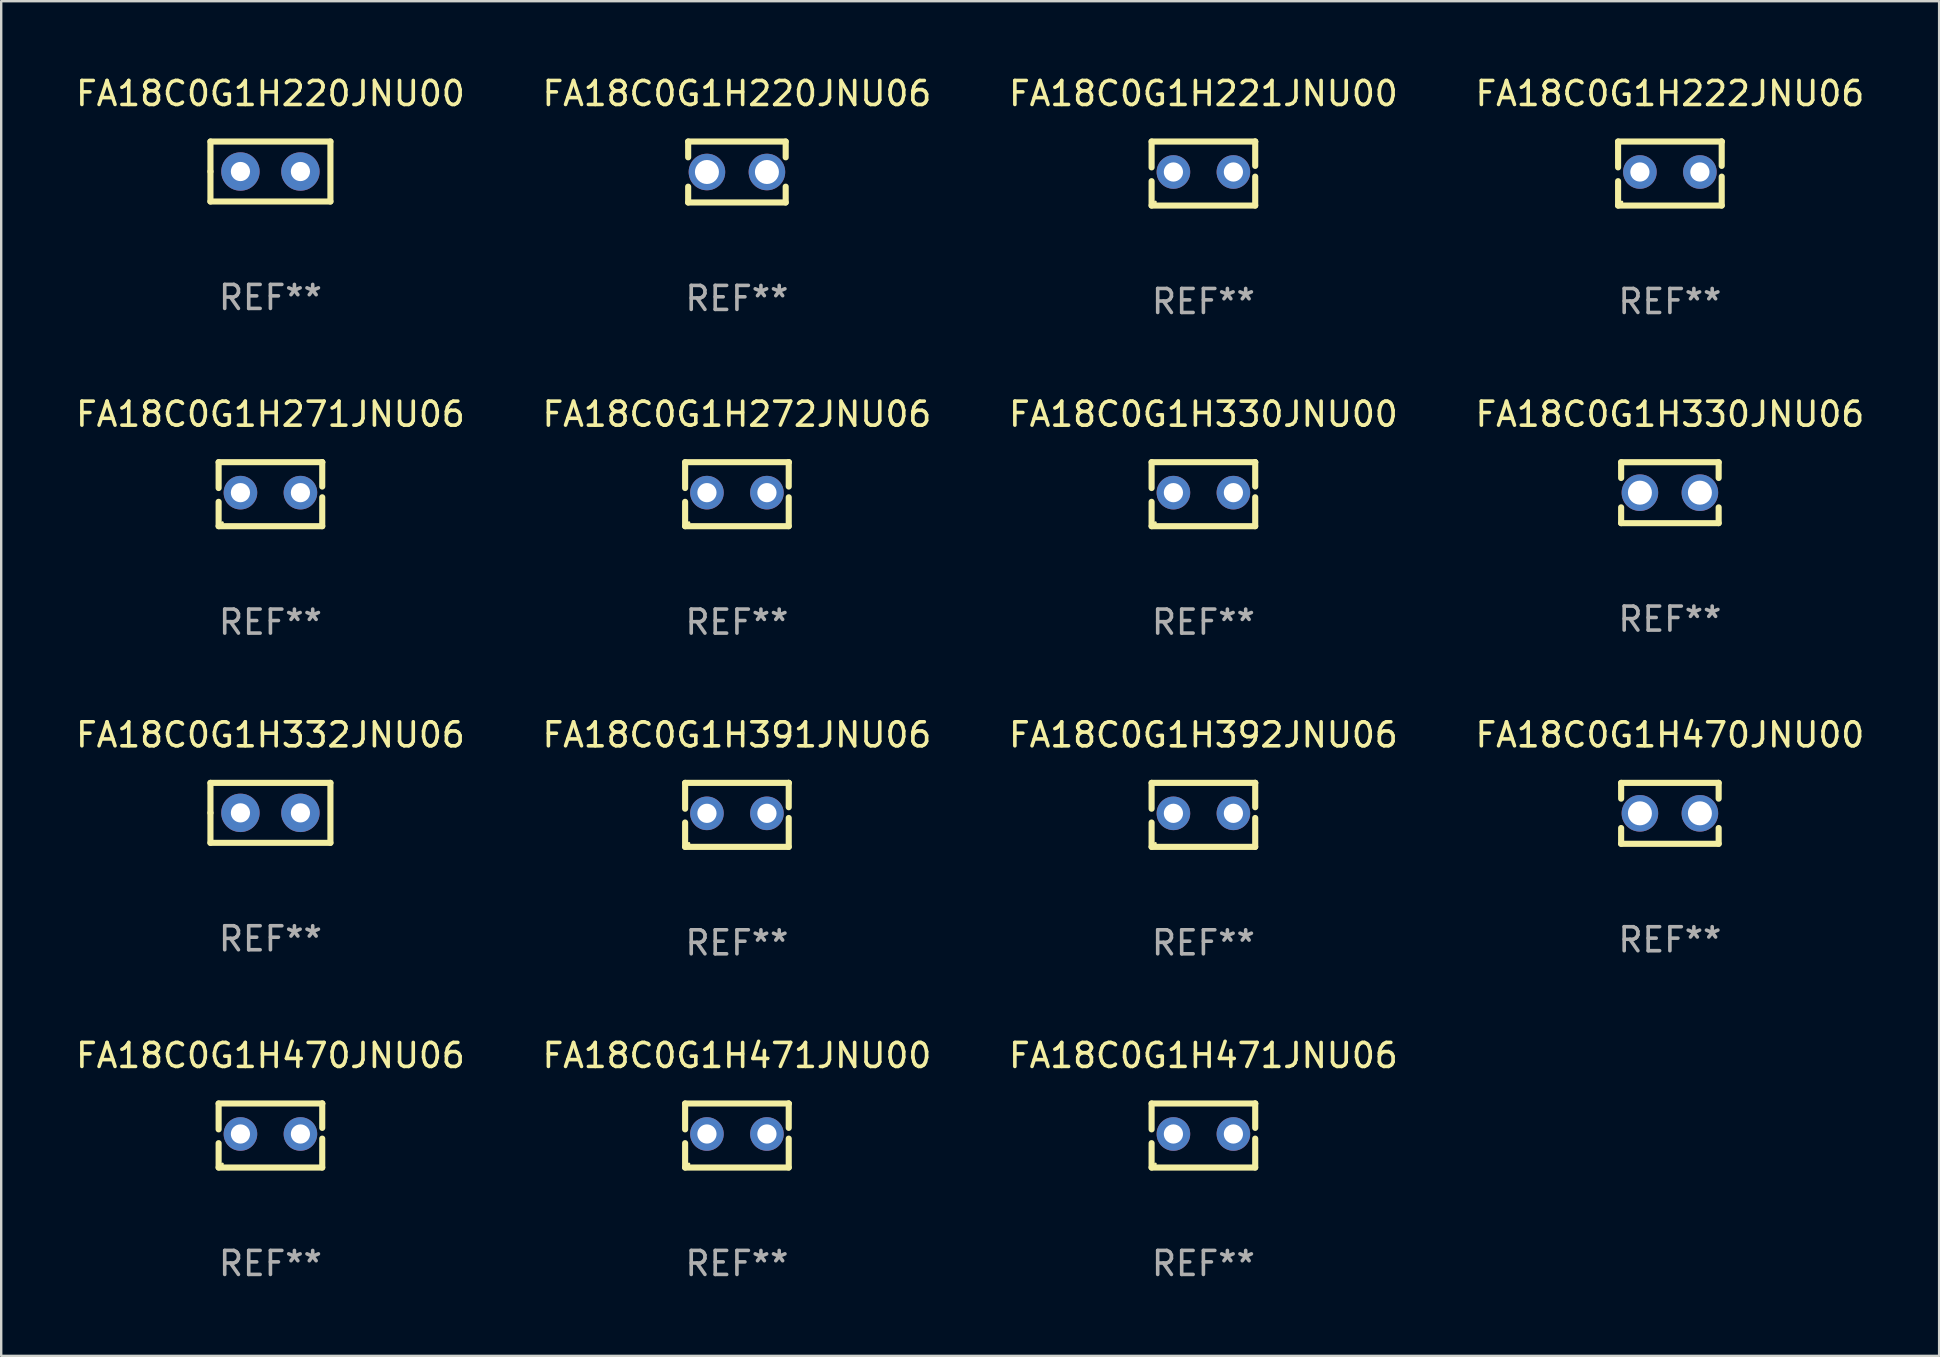
<source format=kicad_pcb>
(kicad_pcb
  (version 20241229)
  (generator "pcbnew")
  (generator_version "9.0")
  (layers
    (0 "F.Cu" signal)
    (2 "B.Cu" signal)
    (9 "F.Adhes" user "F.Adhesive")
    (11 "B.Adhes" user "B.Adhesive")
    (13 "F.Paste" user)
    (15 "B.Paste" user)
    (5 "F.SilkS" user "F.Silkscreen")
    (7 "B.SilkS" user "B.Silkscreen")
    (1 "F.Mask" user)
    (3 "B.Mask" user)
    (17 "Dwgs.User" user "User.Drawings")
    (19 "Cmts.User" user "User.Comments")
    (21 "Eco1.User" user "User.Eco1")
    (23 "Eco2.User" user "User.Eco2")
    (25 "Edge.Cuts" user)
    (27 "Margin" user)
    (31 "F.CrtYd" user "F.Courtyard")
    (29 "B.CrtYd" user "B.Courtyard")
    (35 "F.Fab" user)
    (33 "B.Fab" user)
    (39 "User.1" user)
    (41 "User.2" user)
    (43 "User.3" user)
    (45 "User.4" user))
  (footprint "FA18C0G1H471JNU00"
    (layer "F.Cu")
    (at 27.661 44.272)
    (property "Reference" "FA18C0G1H471JNU00" (at 0 -3.334 0) (layer "F.SilkS") (effects (font (size 1 1) (thickness 0.15))))
    (attr through_hole)
    (fp_line (start -2.159 -1.334) (end 2.159 -1.334) (stroke (width 0.254) (type solid)) (layer "F.SilkS"))
    (fp_line (start -2.159 -0.256) (end -2.159 -1.334) (stroke (width 0.254) (type solid)) (layer "F.SilkS"))
    (fp_line (start -2.159 1.334) (end -2.159 0.318) (stroke (width 0.254) (type solid)) (layer "F.SilkS"))
    (fp_line (start 2.159 -1.334) (end 2.159 -1.334) (stroke (width 0.254) (type solid)) (layer "F.SilkS"))
    (fp_line (start 2.159 -1.334) (end 2.159 -0.318) (stroke (width 0.254) (type solid)) (layer "F.SilkS"))
    (fp_line (start 2.159 0.129) (end 2.159 1.334) (stroke (width 0.254) (type solid)) (layer "F.SilkS"))
    (fp_line (start 2.159 1.334) (end -2.159 1.334) (stroke (width 0.254) (type solid)) (layer "F.SilkS"))
    (fp_circle (center -2 1.186) (end -1.97 1.186) (stroke (width 0.06) (type solid)) (fill no) (layer "F.SilkS"))
    (fp_text user "REF**" (at 0 5.334 0) (layer "F.Fab") (effects (font (size 1 1) (thickness 0.15))))
    (pad "1" thru_hole circle (at -1.25 -0.064) (size 1.4 1.4) (drill 0.8) (layers "*.Cu" "*.Mask"))
    (pad "2" thru_hole circle (at 1.25 -0.064) (size 1.4 1.4) (drill 0.8) (layers "*.Cu" "*.Mask")))
  (footprint "FA18C0G1H271JNU06"
    (layer "F.Cu")
    (at 8.22 17.545)
    (property "Reference" "FA18C0G1H271JNU06" (at 0 -3.334 0) (layer "F.SilkS") (effects (font (size 1 1) (thickness 0.15))))
    (attr through_hole)
    (fp_line (start -2.159 -1.334) (end 2.159 -1.334) (stroke (width 0.254) (type solid)) (layer "F.SilkS"))
    (fp_line (start -2.159 -0.256) (end -2.159 -1.334) (stroke (width 0.254) (type solid)) (layer "F.SilkS"))
    (fp_line (start -2.159 1.334) (end -2.159 0.318) (stroke (width 0.254) (type solid)) (layer "F.SilkS"))
    (fp_line (start 2.159 -1.334) (end 2.159 -1.334) (stroke (width 0.254) (type solid)) (layer "F.SilkS"))
    (fp_line (start 2.159 -1.334) (end 2.159 -0.318) (stroke (width 0.254) (type solid)) (layer "F.SilkS"))
    (fp_line (start 2.159 0.129) (end 2.159 1.334) (stroke (width 0.254) (type solid)) (layer "F.SilkS"))
    (fp_line (start 2.159 1.334) (end -2.159 1.334) (stroke (width 0.254) (type solid)) (layer "F.SilkS"))
    (fp_circle (center -2 1.186) (end -1.97 1.186) (stroke (width 0.06) (type solid)) (fill no) (layer "F.SilkS"))
    (fp_text user "REF**" (at 0 5.334 0) (layer "F.Fab") (effects (font (size 1 1) (thickness 0.15))))
    (pad "1" thru_hole circle (at -1.25 -0.064) (size 1.4 1.4) (drill 0.8) (layers "*.Cu" "*.Mask"))
    (pad "2" thru_hole circle (at 1.25 -0.064) (size 1.4 1.4) (drill 0.8) (layers "*.Cu" "*.Mask")))
  (footprint "FA18C0G1H470JNU00"
    (layer "F.Cu")
    (at 66.542 30.845)
    (property "Reference" "FA18C0G1H470JNU00" (at 0 -3.27 0) (layer "F.SilkS") (effects (font (size 1 1) (thickness 0.15))))
    (attr through_hole)
    (fp_line (start -2.032 -1.27) (end -2.032 -0.611) (stroke (width 0.254) (type solid)) (layer "F.SilkS"))
    (fp_line (start -2.032 0.611) (end -2.032 1.27) (stroke (width 0.254) (type solid)) (layer "F.SilkS"))
    (fp_line (start -2.032 1.27) (end 2.032 1.27) (stroke (width 0.254) (type solid)) (layer "F.SilkS"))
    (fp_line (start 2.032 -1.27) (end -2.032 -1.27) (stroke (width 0.254) (type solid)) (layer "F.SilkS"))
    (fp_line (start 2.032 -0.611) (end 2.032 -1.27) (stroke (width 0.254) (type solid)) (layer "F.SilkS"))
    (fp_line (start 2.032 1.27) (end 2.032 0.611) (stroke (width 0.254) (type solid)) (layer "F.SilkS"))
    (fp_circle (center -2 1.25) (end -1.97 1.25) (stroke (width 0.06) (type solid)) (fill no) (layer "F.SilkS"))
    (fp_text user "REF**" (at 0 5.27 0) (layer "F.Fab") (effects (font (size 1 1) (thickness 0.15))))
    (pad "1" thru_hole circle (at -1.25 0) (size 1.524 1.524) (drill 1) (layers "*.Cu" "*.Mask"))
    (pad "2" thru_hole circle (at 1.25 0) (size 1.524 1.524) (drill 1) (layers "*.Cu" "*.Mask")))
  (footprint "FA18C0G1H220JNU00"
    (layer "F.Cu")
    (at 8.22 4.098)
    (property "Reference" "FA18C0G1H220JNU00" (at 0 -3.25 0) (layer "F.SilkS") (effects (font (size 1 1) (thickness 0.15))))
    (attr through_hole)
    (fp_line (start -2.5 -1.25) (end 2.5 -1.25) (stroke (width 0.254) (type solid)) (layer "F.SilkS"))
    (fp_line (start -2.5 0) (end -2.5 -1.25) (stroke (width 0.254) (type solid)) (layer "F.SilkS"))
    (fp_line (start -2.5 1.25) (end -2.5 0) (stroke (width 0.254) (type solid)) (layer "F.SilkS"))
    (fp_line (start 2.5 -1.25) (end 2.5 1.25) (stroke (width 0.254) (type solid)) (layer "F.SilkS"))
    (fp_line (start 2.5 1.25) (end -2.5 1.25) (stroke (width 0.254) (type solid)) (layer "F.SilkS"))
    (fp_circle (center -2.5 1.25) (end -2.47 1.25) (stroke (width 0.06) (type solid)) (fill no) (layer "F.SilkS"))
    (fp_text user "REF**" (at 0 5.25 0) (layer "F.Fab") (effects (font (size 1 1) (thickness 0.15))))
    (pad "1" thru_hole circle (at -1.25 0) (size 1.6 1.6) (drill 0.8) (layers "*.Cu" "*.Mask"))
    (pad "2" thru_hole circle (at 1.25 0) (size 1.6 1.6) (drill 0.8) (layers "*.Cu" "*.Mask")))
  (footprint "FA18C0G1H221JNU00"
    (layer "F.Cu")
    (at 47.101 4.182)
    (property "Reference" "FA18C0G1H221JNU00" (at 0 -3.334 0) (layer "F.SilkS") (effects (font (size 1 1) (thickness 0.15))))
    (attr through_hole)
    (fp_line (start -2.159 -1.334) (end 2.159 -1.334) (stroke (width 0.254) (type solid)) (layer "F.SilkS"))
    (fp_line (start -2.159 -0.256) (end -2.159 -1.334) (stroke (width 0.254) (type solid)) (layer "F.SilkS"))
    (fp_line (start -2.159 1.334) (end -2.159 0.318) (stroke (width 0.254) (type solid)) (layer "F.SilkS"))
    (fp_line (start 2.159 -1.334) (end 2.159 -1.334) (stroke (width 0.254) (type solid)) (layer "F.SilkS"))
    (fp_line (start 2.159 -1.334) (end 2.159 -0.318) (stroke (width 0.254) (type solid)) (layer "F.SilkS"))
    (fp_line (start 2.159 0.129) (end 2.159 1.334) (stroke (width 0.254) (type solid)) (layer "F.SilkS"))
    (fp_line (start 2.159 1.334) (end -2.159 1.334) (stroke (width 0.254) (type solid)) (layer "F.SilkS"))
    (fp_circle (center -2 1.186) (end -1.97 1.186) (stroke (width 0.06) (type solid)) (fill no) (layer "F.SilkS"))
    (fp_text user "REF**" (at 0 5.334 0) (layer "F.Fab") (effects (font (size 1 1) (thickness 0.15))))
    (pad "1" thru_hole circle (at -1.25 -0.064) (size 1.4 1.4) (drill 0.8) (layers "*.Cu" "*.Mask"))
    (pad "2" thru_hole circle (at 1.25 -0.064) (size 1.4 1.4) (drill 0.8) (layers "*.Cu" "*.Mask")))
  (footprint "FA18C0G1H392JNU06"
    (layer "F.Cu")
    (at 47.101 30.909)
    (property "Reference" "FA18C0G1H392JNU06" (at 0 -3.334 0) (layer "F.SilkS") (effects (font (size 1 1) (thickness 0.15))))
    (attr through_hole)
    (fp_line (start -2.159 -1.334) (end 2.159 -1.334) (stroke (width 0.254) (type solid)) (layer "F.SilkS"))
    (fp_line (start -2.159 -0.256) (end -2.159 -1.334) (stroke (width 0.254) (type solid)) (layer "F.SilkS"))
    (fp_line (start -2.159 1.334) (end -2.159 0.318) (stroke (width 0.254) (type solid)) (layer "F.SilkS"))
    (fp_line (start 2.159 -1.334) (end 2.159 -1.334) (stroke (width 0.254) (type solid)) (layer "F.SilkS"))
    (fp_line (start 2.159 -1.334) (end 2.159 -0.318) (stroke (width 0.254) (type solid)) (layer "F.SilkS"))
    (fp_line (start 2.159 0.129) (end 2.159 1.334) (stroke (width 0.254) (type solid)) (layer "F.SilkS"))
    (fp_line (start 2.159 1.334) (end -2.159 1.334) (stroke (width 0.254) (type solid)) (layer "F.SilkS"))
    (fp_circle (center -2 1.186) (end -1.97 1.186) (stroke (width 0.06) (type solid)) (fill no) (layer "F.SilkS"))
    (fp_text user "REF**" (at 0 5.334 0) (layer "F.Fab") (effects (font (size 1 1) (thickness 0.15))))
    (pad "1" thru_hole circle (at -1.25 -0.064) (size 1.4 1.4) (drill 0.8) (layers "*.Cu" "*.Mask"))
    (pad "2" thru_hole circle (at 1.25 -0.064) (size 1.4 1.4) (drill 0.8) (layers "*.Cu" "*.Mask")))
  (footprint "FA18C0G1H391JNU06"
    (layer "F.Cu")
    (at 27.661 30.909)
    (property "Reference" "FA18C0G1H391JNU06" (at 0 -3.334 0) (layer "F.SilkS") (effects (font (size 1 1) (thickness 0.15))))
    (attr through_hole)
    (fp_line (start -2.159 -1.334) (end 2.159 -1.334) (stroke (width 0.254) (type solid)) (layer "F.SilkS"))
    (fp_line (start -2.159 -0.256) (end -2.159 -1.334) (stroke (width 0.254) (type solid)) (layer "F.SilkS"))
    (fp_line (start -2.159 1.334) (end -2.159 0.318) (stroke (width 0.254) (type solid)) (layer "F.SilkS"))
    (fp_line (start 2.159 -1.334) (end 2.159 -1.334) (stroke (width 0.254) (type solid)) (layer "F.SilkS"))
    (fp_line (start 2.159 -1.334) (end 2.159 -0.318) (stroke (width 0.254) (type solid)) (layer "F.SilkS"))
    (fp_line (start 2.159 0.129) (end 2.159 1.334) (stroke (width 0.254) (type solid)) (layer "F.SilkS"))
    (fp_line (start 2.159 1.334) (end -2.159 1.334) (stroke (width 0.254) (type solid)) (layer "F.SilkS"))
    (fp_circle (center -2 1.186) (end -1.97 1.186) (stroke (width 0.06) (type solid)) (fill no) (layer "F.SilkS"))
    (fp_text user "REF**" (at 0 5.334 0) (layer "F.Fab") (effects (font (size 1 1) (thickness 0.15))))
    (pad "1" thru_hole circle (at -1.25 -0.064) (size 1.4 1.4) (drill 0.8) (layers "*.Cu" "*.Mask"))
    (pad "2" thru_hole circle (at 1.25 -0.064) (size 1.4 1.4) (drill 0.8) (layers "*.Cu" "*.Mask")))
  (footprint "FA18C0G1H222JNU06"
    (layer "F.Cu")
    (at 66.542 4.182)
    (property "Reference" "FA18C0G1H222JNU06" (at 0 -3.334 0) (layer "F.SilkS") (effects (font (size 1 1) (thickness 0.15))))
    (attr through_hole)
    (fp_line (start -2.159 -1.334) (end 2.159 -1.334) (stroke (width 0.254) (type solid)) (layer "F.SilkS"))
    (fp_line (start -2.159 -0.256) (end -2.159 -1.334) (stroke (width 0.254) (type solid)) (layer "F.SilkS"))
    (fp_line (start -2.159 1.334) (end -2.159 0.318) (stroke (width 0.254) (type solid)) (layer "F.SilkS"))
    (fp_line (start 2.159 -1.334) (end 2.159 -1.334) (stroke (width 0.254) (type solid)) (layer "F.SilkS"))
    (fp_line (start 2.159 -1.334) (end 2.159 -0.318) (stroke (width 0.254) (type solid)) (layer "F.SilkS"))
    (fp_line (start 2.159 0.129) (end 2.159 1.334) (stroke (width 0.254) (type solid)) (layer "F.SilkS"))
    (fp_line (start 2.159 1.334) (end -2.159 1.334) (stroke (width 0.254) (type solid)) (layer "F.SilkS"))
    (fp_circle (center -2 1.186) (end -1.97 1.186) (stroke (width 0.06) (type solid)) (fill no) (layer "F.SilkS"))
    (fp_text user "REF**" (at 0 5.334 0) (layer "F.Fab") (effects (font (size 1 1) (thickness 0.15))))
    (pad "1" thru_hole circle (at -1.25 -0.064) (size 1.4 1.4) (drill 0.8) (layers "*.Cu" "*.Mask"))
    (pad "2" thru_hole circle (at 1.25 -0.064) (size 1.4 1.4) (drill 0.8) (layers "*.Cu" "*.Mask")))
  (footprint "FA18C0G1H470JNU06"
    (layer "F.Cu")
    (at 8.22 44.272)
    (property "Reference" "FA18C0G1H470JNU06" (at 0 -3.334 0) (layer "F.SilkS") (effects (font (size 1 1) (thickness 0.15))))
    (attr through_hole)
    (fp_line (start -2.159 -1.334) (end 2.159 -1.334) (stroke (width 0.254) (type solid)) (layer "F.SilkS"))
    (fp_line (start -2.159 -0.256) (end -2.159 -1.334) (stroke (width 0.254) (type solid)) (layer "F.SilkS"))
    (fp_line (start -2.159 1.334) (end -2.159 0.318) (stroke (width 0.254) (type solid)) (layer "F.SilkS"))
    (fp_line (start 2.159 -1.334) (end 2.159 -1.334) (stroke (width 0.254) (type solid)) (layer "F.SilkS"))
    (fp_line (start 2.159 -1.334) (end 2.159 -0.318) (stroke (width 0.254) (type solid)) (layer "F.SilkS"))
    (fp_line (start 2.159 0.129) (end 2.159 1.334) (stroke (width 0.254) (type solid)) (layer "F.SilkS"))
    (fp_line (start 2.159 1.334) (end -2.159 1.334) (stroke (width 0.254) (type solid)) (layer "F.SilkS"))
    (fp_circle (center -2 1.186) (end -1.97 1.186) (stroke (width 0.06) (type solid)) (fill no) (layer "F.SilkS"))
    (fp_text user "REF**" (at 0 5.334 0) (layer "F.Fab") (effects (font (size 1 1) (thickness 0.15))))
    (pad "1" thru_hole circle (at -1.25 -0.064) (size 1.4 1.4) (drill 0.8) (layers "*.Cu" "*.Mask"))
    (pad "2" thru_hole circle (at 1.25 -0.064) (size 1.4 1.4) (drill 0.8) (layers "*.Cu" "*.Mask")))
  (footprint "FA18C0G1H330JNU00"
    (layer "F.Cu")
    (at 47.101 17.545)
    (property "Reference" "FA18C0G1H330JNU00" (at 0 -3.334 0) (layer "F.SilkS") (effects (font (size 1 1) (thickness 0.15))))
    (attr through_hole)
    (fp_line (start -2.159 -1.334) (end 2.159 -1.334) (stroke (width 0.254) (type solid)) (layer "F.SilkS"))
    (fp_line (start -2.159 -0.256) (end -2.159 -1.334) (stroke (width 0.254) (type solid)) (layer "F.SilkS"))
    (fp_line (start -2.159 1.334) (end -2.159 0.318) (stroke (width 0.254) (type solid)) (layer "F.SilkS"))
    (fp_line (start 2.159 -1.334) (end 2.159 -1.334) (stroke (width 0.254) (type solid)) (layer "F.SilkS"))
    (fp_line (start 2.159 -1.334) (end 2.159 -0.318) (stroke (width 0.254) (type solid)) (layer "F.SilkS"))
    (fp_line (start 2.159 0.129) (end 2.159 1.334) (stroke (width 0.254) (type solid)) (layer "F.SilkS"))
    (fp_line (start 2.159 1.334) (end -2.159 1.334) (stroke (width 0.254) (type solid)) (layer "F.SilkS"))
    (fp_circle (center -2 1.186) (end -1.97 1.186) (stroke (width 0.06) (type solid)) (fill no) (layer "F.SilkS"))
    (fp_text user "REF**" (at 0 5.334 0) (layer "F.Fab") (effects (font (size 1 1) (thickness 0.15))))
    (pad "1" thru_hole circle (at -1.25 -0.064) (size 1.4 1.4) (drill 0.8) (layers "*.Cu" "*.Mask"))
    (pad "2" thru_hole circle (at 1.25 -0.064) (size 1.4 1.4) (drill 0.8) (layers "*.Cu" "*.Mask")))
  (footprint "FA18C0G1H220JNU06"
    (layer "F.Cu")
    (at 27.661 4.118)
    (property "Reference" "FA18C0G1H220JNU06" (at 0 -3.27 0) (layer "F.SilkS") (effects (font (size 1 1) (thickness 0.15))))
    (attr through_hole)
    (fp_line (start -2.032 -1.27) (end -2.032 -0.611) (stroke (width 0.254) (type solid)) (layer "F.SilkS"))
    (fp_line (start -2.032 0.611) (end -2.032 1.27) (stroke (width 0.254) (type solid)) (layer "F.SilkS"))
    (fp_line (start -2.032 1.27) (end 2.032 1.27) (stroke (width 0.254) (type solid)) (layer "F.SilkS"))
    (fp_line (start 2.032 -1.27) (end -2.032 -1.27) (stroke (width 0.254) (type solid)) (layer "F.SilkS"))
    (fp_line (start 2.032 -0.611) (end 2.032 -1.27) (stroke (width 0.254) (type solid)) (layer "F.SilkS"))
    (fp_line (start 2.032 1.27) (end 2.032 0.611) (stroke (width 0.254) (type solid)) (layer "F.SilkS"))
    (fp_circle (center -2 1.25) (end -1.97 1.25) (stroke (width 0.06) (type solid)) (fill no) (layer "F.SilkS"))
    (fp_text user "REF**" (at 0 5.27 0) (layer "F.Fab") (effects (font (size 1 1) (thickness 0.15))))
    (pad "1" thru_hole circle (at -1.25 0) (size 1.524 1.524) (drill 1) (layers "*.Cu" "*.Mask"))
    (pad "2" thru_hole circle (at 1.25 0) (size 1.524 1.524) (drill 1) (layers "*.Cu" "*.Mask")))
  (footprint "FA18C0G1H332JNU06"
    (layer "F.Cu")
    (at 8.22 30.825)
    (property "Reference" "FA18C0G1H332JNU06" (at 0 -3.25 0) (layer "F.SilkS") (effects (font (size 1 1) (thickness 0.15))))
    (attr through_hole)
    (fp_line (start -2.5 -1.25) (end 2.5 -1.25) (stroke (width 0.254) (type solid)) (layer "F.SilkS"))
    (fp_line (start -2.5 0) (end -2.5 -1.25) (stroke (width 0.254) (type solid)) (layer "F.SilkS"))
    (fp_line (start -2.5 1.25) (end -2.5 0) (stroke (width 0.254) (type solid)) (layer "F.SilkS"))
    (fp_line (start 2.5 -1.25) (end 2.5 1.25) (stroke (width 0.254) (type solid)) (layer "F.SilkS"))
    (fp_line (start 2.5 1.25) (end -2.5 1.25) (stroke (width 0.254) (type solid)) (layer "F.SilkS"))
    (fp_circle (center -2.5 1.25) (end -2.47 1.25) (stroke (width 0.06) (type solid)) (fill no) (layer "F.SilkS"))
    (fp_text user "REF**" (at 0 5.25 0) (layer "F.Fab") (effects (font (size 1 1) (thickness 0.15))))
    (pad "1" thru_hole circle (at -1.25 0) (size 1.6 1.6) (drill 0.8) (layers "*.Cu" "*.Mask"))
    (pad "2" thru_hole circle (at 1.25 0) (size 1.6 1.6) (drill 0.8) (layers "*.Cu" "*.Mask")))
  (footprint "FA18C0G1H471JNU06"
    (layer "F.Cu")
    (at 47.101 44.272)
    (property "Reference" "FA18C0G1H471JNU06" (at 0 -3.334 0) (layer "F.SilkS") (effects (font (size 1 1) (thickness 0.15))))
    (attr through_hole)
    (fp_line (start -2.159 -1.334) (end 2.159 -1.334) (stroke (width 0.254) (type solid)) (layer "F.SilkS"))
    (fp_line (start -2.159 -0.256) (end -2.159 -1.334) (stroke (width 0.254) (type solid)) (layer "F.SilkS"))
    (fp_line (start -2.159 1.334) (end -2.159 0.318) (stroke (width 0.254) (type solid)) (layer "F.SilkS"))
    (fp_line (start 2.159 -1.334) (end 2.159 -1.334) (stroke (width 0.254) (type solid)) (layer "F.SilkS"))
    (fp_line (start 2.159 -1.334) (end 2.159 -0.318) (stroke (width 0.254) (type solid)) (layer "F.SilkS"))
    (fp_line (start 2.159 0.129) (end 2.159 1.334) (stroke (width 0.254) (type solid)) (layer "F.SilkS"))
    (fp_line (start 2.159 1.334) (end -2.159 1.334) (stroke (width 0.254) (type solid)) (layer "F.SilkS"))
    (fp_circle (center -2 1.186) (end -1.97 1.186) (stroke (width 0.06) (type solid)) (fill no) (layer "F.SilkS"))
    (fp_text user "REF**" (at 0 5.334 0) (layer "F.Fab") (effects (font (size 1 1) (thickness 0.15))))
    (pad "1" thru_hole circle (at -1.25 -0.064) (size 1.4 1.4) (drill 0.8) (layers "*.Cu" "*.Mask"))
    (pad "2" thru_hole circle (at 1.25 -0.064) (size 1.4 1.4) (drill 0.8) (layers "*.Cu" "*.Mask")))
  (footprint "FA18C0G1H330JNU06"
    (layer "F.Cu")
    (at 66.542 17.482)
    (property "Reference" "FA18C0G1H330JNU06" (at 0 -3.27 0) (layer "F.SilkS") (effects (font (size 1 1) (thickness 0.15))))
    (attr through_hole)
    (fp_line (start -2.032 -1.27) (end -2.032 -0.611) (stroke (width 0.254) (type solid)) (layer "F.SilkS"))
    (fp_line (start -2.032 0.611) (end -2.032 1.27) (stroke (width 0.254) (type solid)) (layer "F.SilkS"))
    (fp_line (start -2.032 1.27) (end 2.032 1.27) (stroke (width 0.254) (type solid)) (layer "F.SilkS"))
    (fp_line (start 2.032 -1.27) (end -2.032 -1.27) (stroke (width 0.254) (type solid)) (layer "F.SilkS"))
    (fp_line (start 2.032 -0.611) (end 2.032 -1.27) (stroke (width 0.254) (type solid)) (layer "F.SilkS"))
    (fp_line (start 2.032 1.27) (end 2.032 0.611) (stroke (width 0.254) (type solid)) (layer "F.SilkS"))
    (fp_circle (center -2 1.25) (end -1.97 1.25) (stroke (width 0.06) (type solid)) (fill no) (layer "F.SilkS"))
    (fp_text user "REF**" (at 0 5.27 0) (layer "F.Fab") (effects (font (size 1 1) (thickness 0.15))))
    (pad "1" thru_hole circle (at -1.25 0) (size 1.524 1.524) (drill 1) (layers "*.Cu" "*.Mask"))
    (pad "2" thru_hole circle (at 1.25 0) (size 1.524 1.524) (drill 1) (layers "*.Cu" "*.Mask")))
  (footprint "FA18C0G1H272JNU06"
    (layer "F.Cu")
    (at 27.661 17.545)
    (property "Reference" "FA18C0G1H272JNU06" (at 0 -3.334 0) (layer "F.SilkS") (effects (font (size 1 1) (thickness 0.15))))
    (attr through_hole)
    (fp_line (start -2.159 -1.334) (end 2.159 -1.334) (stroke (width 0.254) (type solid)) (layer "F.SilkS"))
    (fp_line (start -2.159 -0.256) (end -2.159 -1.334) (stroke (width 0.254) (type solid)) (layer "F.SilkS"))
    (fp_line (start -2.159 1.334) (end -2.159 0.318) (stroke (width 0.254) (type solid)) (layer "F.SilkS"))
    (fp_line (start 2.159 -1.334) (end 2.159 -1.334) (stroke (width 0.254) (type solid)) (layer "F.SilkS"))
    (fp_line (start 2.159 -1.334) (end 2.159 -0.318) (stroke (width 0.254) (type solid)) (layer "F.SilkS"))
    (fp_line (start 2.159 0.129) (end 2.159 1.334) (stroke (width 0.254) (type solid)) (layer "F.SilkS"))
    (fp_line (start 2.159 1.334) (end -2.159 1.334) (stroke (width 0.254) (type solid)) (layer "F.SilkS"))
    (fp_circle (center -2 1.186) (end -1.97 1.186) (stroke (width 0.06) (type solid)) (fill no) (layer "F.SilkS"))
    (fp_text user "REF**" (at 0 5.334 0) (layer "F.Fab") (effects (font (size 1 1) (thickness 0.15))))
    (pad "1" thru_hole circle (at -1.25 -0.064) (size 1.4 1.4) (drill 0.8) (layers "*.Cu" "*.Mask"))
    (pad "2" thru_hole circle (at 1.25 -0.064) (size 1.4 1.4) (drill 0.8) (layers "*.Cu" "*.Mask")))
  (gr_rect
    (start -3 -3)
    (end 77.762 53.454)
    (stroke (width 0.1) (type default))
    (fill no)
    (layer "Edge.Cuts")))
</source>
